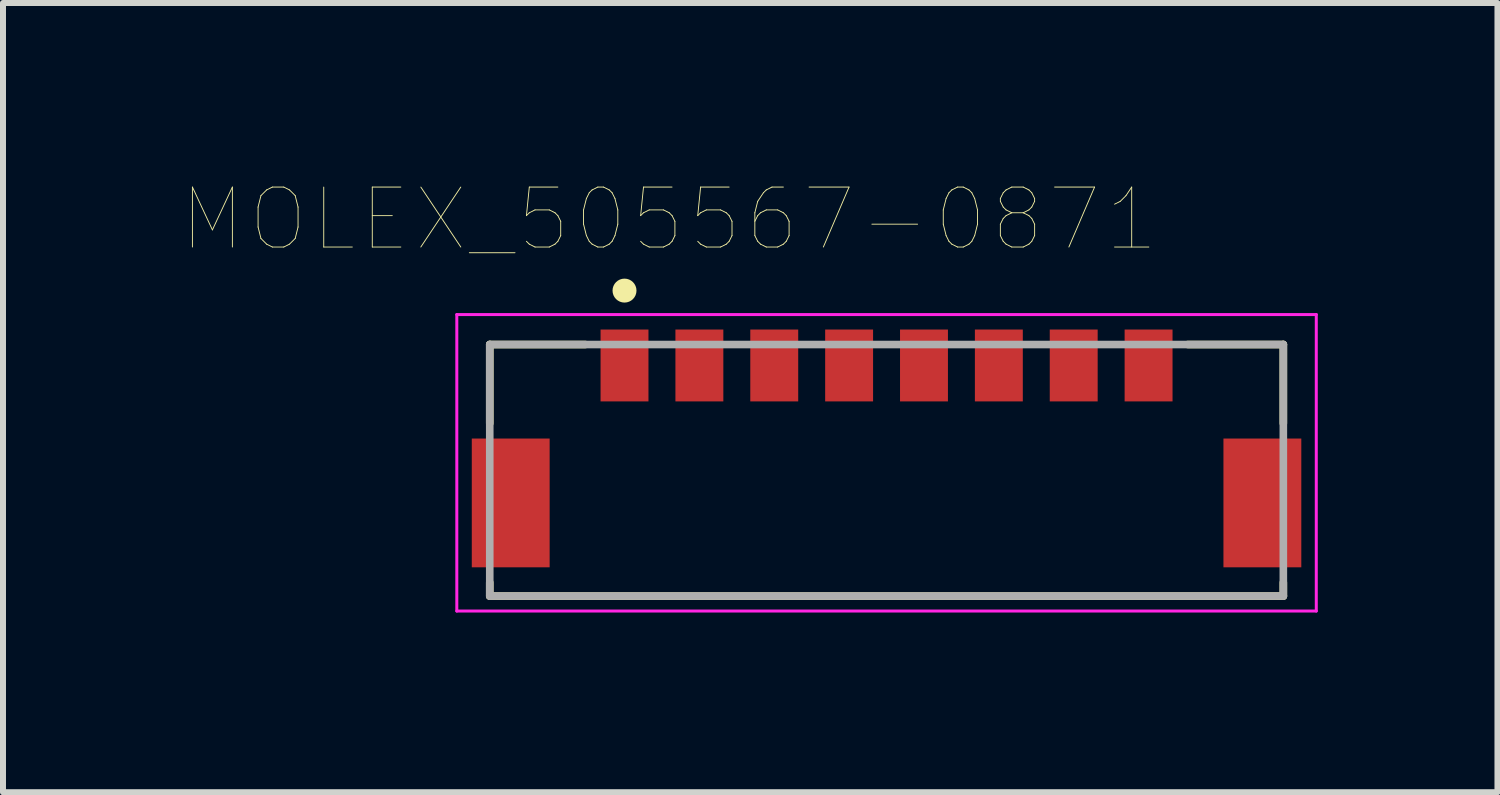
<source format=kicad_pcb>
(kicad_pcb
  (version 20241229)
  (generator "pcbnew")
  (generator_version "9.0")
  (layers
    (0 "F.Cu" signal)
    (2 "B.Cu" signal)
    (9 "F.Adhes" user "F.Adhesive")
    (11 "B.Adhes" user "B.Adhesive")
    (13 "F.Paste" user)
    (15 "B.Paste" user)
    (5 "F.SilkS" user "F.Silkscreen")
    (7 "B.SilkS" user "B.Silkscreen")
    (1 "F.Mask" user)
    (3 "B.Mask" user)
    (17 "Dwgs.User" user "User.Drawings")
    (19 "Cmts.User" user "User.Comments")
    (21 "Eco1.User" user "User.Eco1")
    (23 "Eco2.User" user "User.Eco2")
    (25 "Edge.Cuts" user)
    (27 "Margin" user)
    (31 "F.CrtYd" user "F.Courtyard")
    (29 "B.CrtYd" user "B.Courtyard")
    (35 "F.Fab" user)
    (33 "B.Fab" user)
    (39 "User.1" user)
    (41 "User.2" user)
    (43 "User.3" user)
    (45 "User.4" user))
  (footprint "MOLEX_505567-0871"
    (layer "F.Cu")
    (at 11.752 4.802)
    (property "Reference" "MOLEX_505567-0871" (at -3.629 -4.19 0) (layer "F.SilkS") (effects (font (size 1.001 1.001) (thickness 0.015))))
    (attr through_hole)
    (fp_line (start -6.625 -2.1) (end -5.029 -2.1) (stroke (width 0.127) (type solid)) (layer "F.SilkS"))
    (fp_line (start -6.625 -0.784) (end -6.625 -2.1) (stroke (width 0.127) (type solid)) (layer "F.SilkS"))
    (fp_line (start -6.625 2.1) (end -6.625 1.874) (stroke (width 0.127) (type solid)) (layer "F.SilkS"))
    (fp_line (start 6.625 -2.1) (end 5.029 -2.1) (stroke (width 0.127) (type solid)) (layer "F.SilkS"))
    (fp_line (start 6.625 -0.784) (end 6.625 -2.1) (stroke (width 0.127) (type solid)) (layer "F.SilkS"))
    (fp_line (start 6.625 2.1) (end -6.625 2.1) (stroke (width 0.127) (type solid)) (layer "F.SilkS"))
    (fp_line (start 6.625 2.1) (end 6.625 1.874) (stroke (width 0.127) (type solid)) (layer "F.SilkS"))
    (fp_circle (center -4.375 -3) (end -4.275 -3) (stroke (width 0.2) (type solid)) (fill no) (layer "F.SilkS"))
    (fp_line (start -7.175 -2.6) (end 7.175 -2.6) (stroke (width 0.05) (type solid)) (layer "F.CrtYd"))
    (fp_line (start -7.175 2.35) (end -7.175 -2.6) (stroke (width 0.05) (type solid)) (layer "F.CrtYd"))
    (fp_line (start 7.175 -2.6) (end 7.175 2.35) (stroke (width 0.05) (type solid)) (layer "F.CrtYd"))
    (fp_line (start 7.175 2.35) (end -7.175 2.35) (stroke (width 0.05) (type solid)) (layer "F.CrtYd"))
    (fp_line (start -6.625 -2.1) (end 6.625 -2.1) (stroke (width 0.127) (type solid)) (layer "F.Fab"))
    (fp_line (start -6.625 2.1) (end -6.625 -2.1) (stroke (width 0.127) (type solid)) (layer "F.Fab"))
    (fp_line (start 6.625 -2.1) (end 6.625 2.1) (stroke (width 0.127) (type solid)) (layer "F.Fab"))
    (fp_line (start 6.625 2.1) (end -6.625 2.1) (stroke (width 0.127) (type solid)) (layer "F.Fab"))
    (pad "1" smd rect (at -4.375 -1.75) (size 0.8 1.2) (layers "F.Cu" "F.Mask" "F.Paste"))
    (pad "2" smd rect (at -3.125 -1.75) (size 0.8 1.2) (layers "F.Cu" "F.Mask" "F.Paste"))
    (pad "3" smd rect (at -1.875 -1.75) (size 0.8 1.2) (layers "F.Cu" "F.Mask" "F.Paste"))
    (pad "4" smd rect (at -0.625 -1.75) (size 0.8 1.2) (layers "F.Cu" "F.Mask" "F.Paste"))
    (pad "5" smd rect (at 0.625 -1.75) (size 0.8 1.2) (layers "F.Cu" "F.Mask" "F.Paste"))
    (pad "6" smd rect (at 1.875 -1.75) (size 0.8 1.2) (layers "F.Cu" "F.Mask" "F.Paste"))
    (pad "7" smd rect (at 3.125 -1.75) (size 0.8 1.2) (layers "F.Cu" "F.Mask" "F.Paste"))
    (pad "8" smd rect (at 4.375 -1.75) (size 0.8 1.2) (layers "F.Cu" "F.Mask" "F.Paste"))
    (pad "P1" smd rect (at 6.275 0.545) (size 1.3 2.15) (layers "F.Cu" "F.Mask" "F.Paste"))
    (pad "P2" smd rect (at -6.275 0.545) (size 1.3 2.15) (layers "F.Cu" "F.Mask" "F.Paste")))
  (gr_rect
    (start -3 -3)
    (end 21.952 10.177)
    (stroke (width 0.1) (type default))
    (fill no)
    (layer "Edge.Cuts")))
</source>
